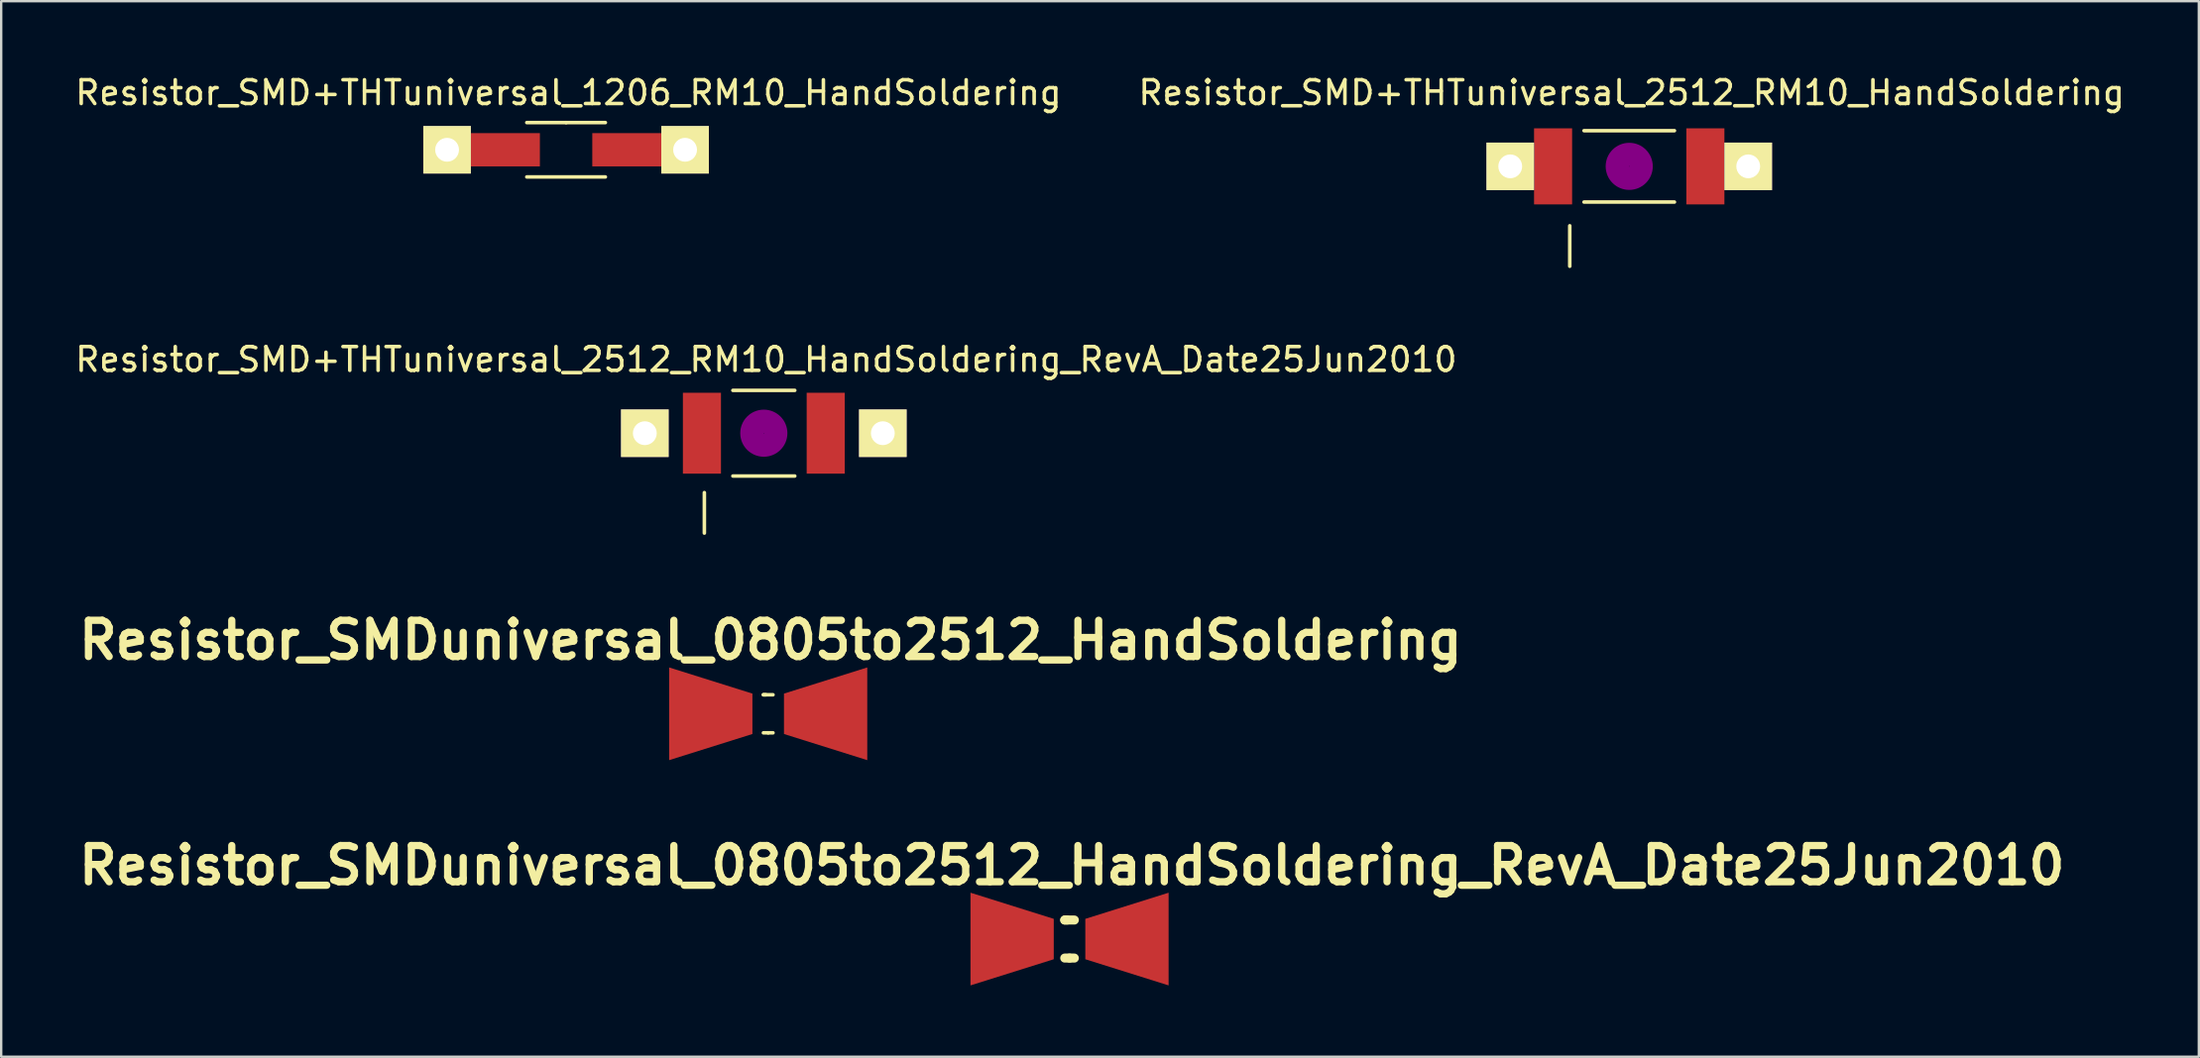
<source format=kicad_pcb>
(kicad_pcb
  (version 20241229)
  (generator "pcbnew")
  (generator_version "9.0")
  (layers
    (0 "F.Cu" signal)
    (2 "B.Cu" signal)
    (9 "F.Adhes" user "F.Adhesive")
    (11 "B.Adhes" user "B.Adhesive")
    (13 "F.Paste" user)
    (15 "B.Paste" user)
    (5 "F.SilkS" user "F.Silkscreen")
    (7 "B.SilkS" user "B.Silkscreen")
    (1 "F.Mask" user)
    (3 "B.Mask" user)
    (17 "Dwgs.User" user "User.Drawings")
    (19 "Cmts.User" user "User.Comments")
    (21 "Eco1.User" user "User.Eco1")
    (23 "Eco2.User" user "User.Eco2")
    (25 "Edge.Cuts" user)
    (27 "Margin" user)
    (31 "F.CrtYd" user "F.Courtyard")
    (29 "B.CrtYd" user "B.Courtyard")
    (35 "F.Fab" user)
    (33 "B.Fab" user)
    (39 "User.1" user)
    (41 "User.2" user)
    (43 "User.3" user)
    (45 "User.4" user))
  (footprint "Resistor_SMD+THTuniversal_1206_RM10_HandSoldering"
    (layer "F.Cu")
    (at 20.74 3.249)
    (property "Reference" "Resistor_SMD+THTuniversal_1206_RM10_HandSoldering" (at 0.099 -2.4 0) (layer "F.SilkS") (effects (font (size 1 1) (thickness 0.15))))
    (attr through_hole)
    (fp_line (start 0 -1.143) (end -1.651 -1.143) (stroke (width 0.15) (type solid)) (layer "F.SilkS"))
    (fp_line (start 0 -1.143) (end 1.651 -1.143) (stroke (width 0.15) (type solid)) (layer "F.SilkS"))
    (fp_line (start 1.651 1.143) (end -1.651 1.143) (stroke (width 0.15) (type solid)) (layer "F.SilkS"))
    (pad "1" thru_hole rect (at -5.001 0) (size 1.999 1.999) (drill 1.001) (layers "*.Cu" "*.Mask" "F.SilkS"))
    (pad "1" smd rect (at -2.601 0) (size 3 1.4) (layers "F.Cu" "F.Mask" "F.Paste"))
    (pad "2" smd rect (at 2.601 0) (size 3 1.4) (layers "F.Cu" "F.Mask" "F.Paste"))
    (pad "2" thru_hole rect (at 5.001 0) (size 1.999 1.999) (drill 1.001) (layers "*.Cu" "*.Mask" "F.SilkS")))
  (footprint "Resistor_SMD+THTuniversal_2512_RM10_HandSoldering"
    (layer "F.Cu")
    (at 65.419 3.947)
    (property "Reference" "Resistor_SMD+THTuniversal_2512_RM10_HandSoldering" (at 0.099 -3.099 0) (layer "F.SilkS") (effects (font (size 1 1) (thickness 0.15))))
    (attr through_hole)
    (fp_line (start -2.499 2.499) (end -2.499 4.201) (stroke (width 0.15) (type solid)) (layer "F.SilkS"))
    (fp_line (start 1.9 -1.501) (end -1.9 -1.501) (stroke (width 0.15) (type solid)) (layer "F.SilkS"))
    (fp_line (start 1.9 1.501) (end -1.9 1.501) (stroke (width 0.15) (type solid)) (layer "F.SilkS"))
    (fp_circle (center 0 0) (end 0.201 0) (stroke (width 0.381) (type solid)) (fill no) (layer "F.Adhes"))
    (fp_circle (center 0 0) (end 0.5 0) (stroke (width 0.381) (type solid)) (fill no) (layer "F.Adhes"))
    (fp_circle (center 0 0) (end 0.8 0) (stroke (width 0.381) (type solid)) (fill no) (layer "F.Adhes"))
    (pad "1" thru_hole rect (at -5.001 0 180) (size 1.999 1.999) (drill 1.001) (layers "*.Cu" "*.Mask" "F.SilkS"))
    (pad "1" smd rect (at -3.2 0) (size 1.6 3.2) (layers "F.Cu" "F.Mask" "F.Paste"))
    (pad "2" smd rect (at 3.2 0) (size 1.6 3.2) (layers "F.Cu" "F.Mask" "F.Paste"))
    (pad "2" thru_hole rect (at 5.001 0 180) (size 1.999 1.999) (drill 1.001) (layers "*.Cu" "*.Mask" "F.SilkS")))
  (footprint "Resistor_SMDuniversal_0805to2512_HandSoldering_RevA_Date25Jun2010"
    (layer "F.Cu")
    (at 41.898 36.446)
    (property "Reference" "Resistor_SMDuniversal_0805to2512_HandSoldering_RevA_Date25Jun2010" (at 0.099 -3.099 0) (layer "F.SilkS") (effects (font (size 1.524 1.524) (thickness 0.305))))
    (attr through_hole)
    (fp_line (start -0.201 -0.8) (end 0.201 -0.8) (stroke (width 0.381) (type solid)) (layer "F.SilkS"))
    (fp_line (start -0.099 -0.8) (end -0.201 -0.8) (stroke (width 0.381) (type solid)) (layer "F.SilkS"))
    (fp_line (start 0 0.8) (end -0.201 0.8) (stroke (width 0.381) (type solid)) (layer "F.SilkS"))
    (fp_line (start 0 0.8) (end 0.201 0.8) (stroke (width 0.381) (type solid)) (layer "F.SilkS"))
    (pad "1" smd trapezoid (at -2.413 0) (size 3.5 2.799) (rect_delta 1.1 0) (layers "F.Cu" "F.Mask" "F.Paste"))
    (pad "2" smd trapezoid (at 2.413 0 180) (size 3.5 2.799) (rect_delta 1.1 0) (layers "F.Cu" "F.Mask" "F.Paste")))
  (footprint "Resistor_SMD+THTuniversal_2512_RM10_HandSoldering_RevA_Date25Jun2010"
    (layer "F.Cu")
    (at 29.05 15.17)
    (property "Reference" "Resistor_SMD+THTuniversal_2512_RM10_HandSoldering_RevA_Date25Jun2010" (at 0.099 -3.099 0) (layer "F.SilkS") (effects (font (size 1 1) (thickness 0.15))))
    (attr through_hole)
    (fp_line (start -2.499 2.499) (end -2.499 4.201) (stroke (width 0.15) (type solid)) (layer "F.SilkS"))
    (fp_line (start -1.3 1.801) (end 1.3 1.801) (stroke (width 0.15) (type solid)) (layer "F.SilkS"))
    (fp_line (start 1.3 -1.801) (end -1.3 -1.801) (stroke (width 0.15) (type solid)) (layer "F.SilkS"))
    (fp_circle (center 0 0) (end 0.201 0) (stroke (width 0.381) (type solid)) (fill no) (layer "F.Adhes"))
    (fp_circle (center 0 0) (end 0.5 0) (stroke (width 0.381) (type solid)) (fill no) (layer "F.Adhes"))
    (fp_circle (center 0 0) (end 0.8 0) (stroke (width 0.381) (type solid)) (fill no) (layer "F.Adhes"))
    (pad "1" thru_hole rect (at -5.001 0 180) (size 1.999 1.999) (drill 1.001) (layers "*.Cu" "*.Mask" "F.SilkS"))
    (pad "1" smd rect (at -2.601 0) (size 1.6 3.401) (layers "F.Cu" "F.Mask" "F.Paste"))
    (pad "2" smd rect (at 2.601 0) (size 1.6 3.401) (layers "F.Cu" "F.Mask" "F.Paste"))
    (pad "2" thru_hole rect (at 5.001 0 180) (size 1.999 1.999) (drill 1.001) (layers "*.Cu" "*.Mask" "F.SilkS")))
  (footprint "Resistor_SMDuniversal_0805to2512_HandSoldering"
    (layer "F.Cu")
    (at 29.234 26.972)
    (property "Reference" "Resistor_SMDuniversal_0805to2512_HandSoldering" (at 0.099 -3.099 0) (layer "F.SilkS") (effects (font (size 1.524 1.524) (thickness 0.305))))
    (attr through_hole)
    (fp_line (start -0.201 -0.8) (end 0.201 -0.8) (stroke (width 0.15) (type solid)) (layer "F.SilkS"))
    (fp_line (start -0.099 -0.8) (end -0.201 -0.8) (stroke (width 0.15) (type solid)) (layer "F.SilkS"))
    (fp_line (start 0 0.8) (end -0.201 0.8) (stroke (width 0.15) (type solid)) (layer "F.SilkS"))
    (fp_line (start 0 0.8) (end 0.201 0.8) (stroke (width 0.15) (type solid)) (layer "F.SilkS"))
    (pad "1" smd trapezoid (at -2.413 0) (size 3.5 2.799) (rect_delta 1.1 0) (layers "F.Cu" "F.Mask" "F.Paste"))
    (pad "2" smd trapezoid (at 2.413 0 180) (size 3.5 2.799) (rect_delta 1.1 0) (layers "F.Cu" "F.Mask" "F.Paste")))
  (gr_rect
    (start -3 -3)
    (end 89.357 41.396)
    (stroke (width 0.1) (type default))
    (fill no)
    (layer "Edge.Cuts")))
</source>
